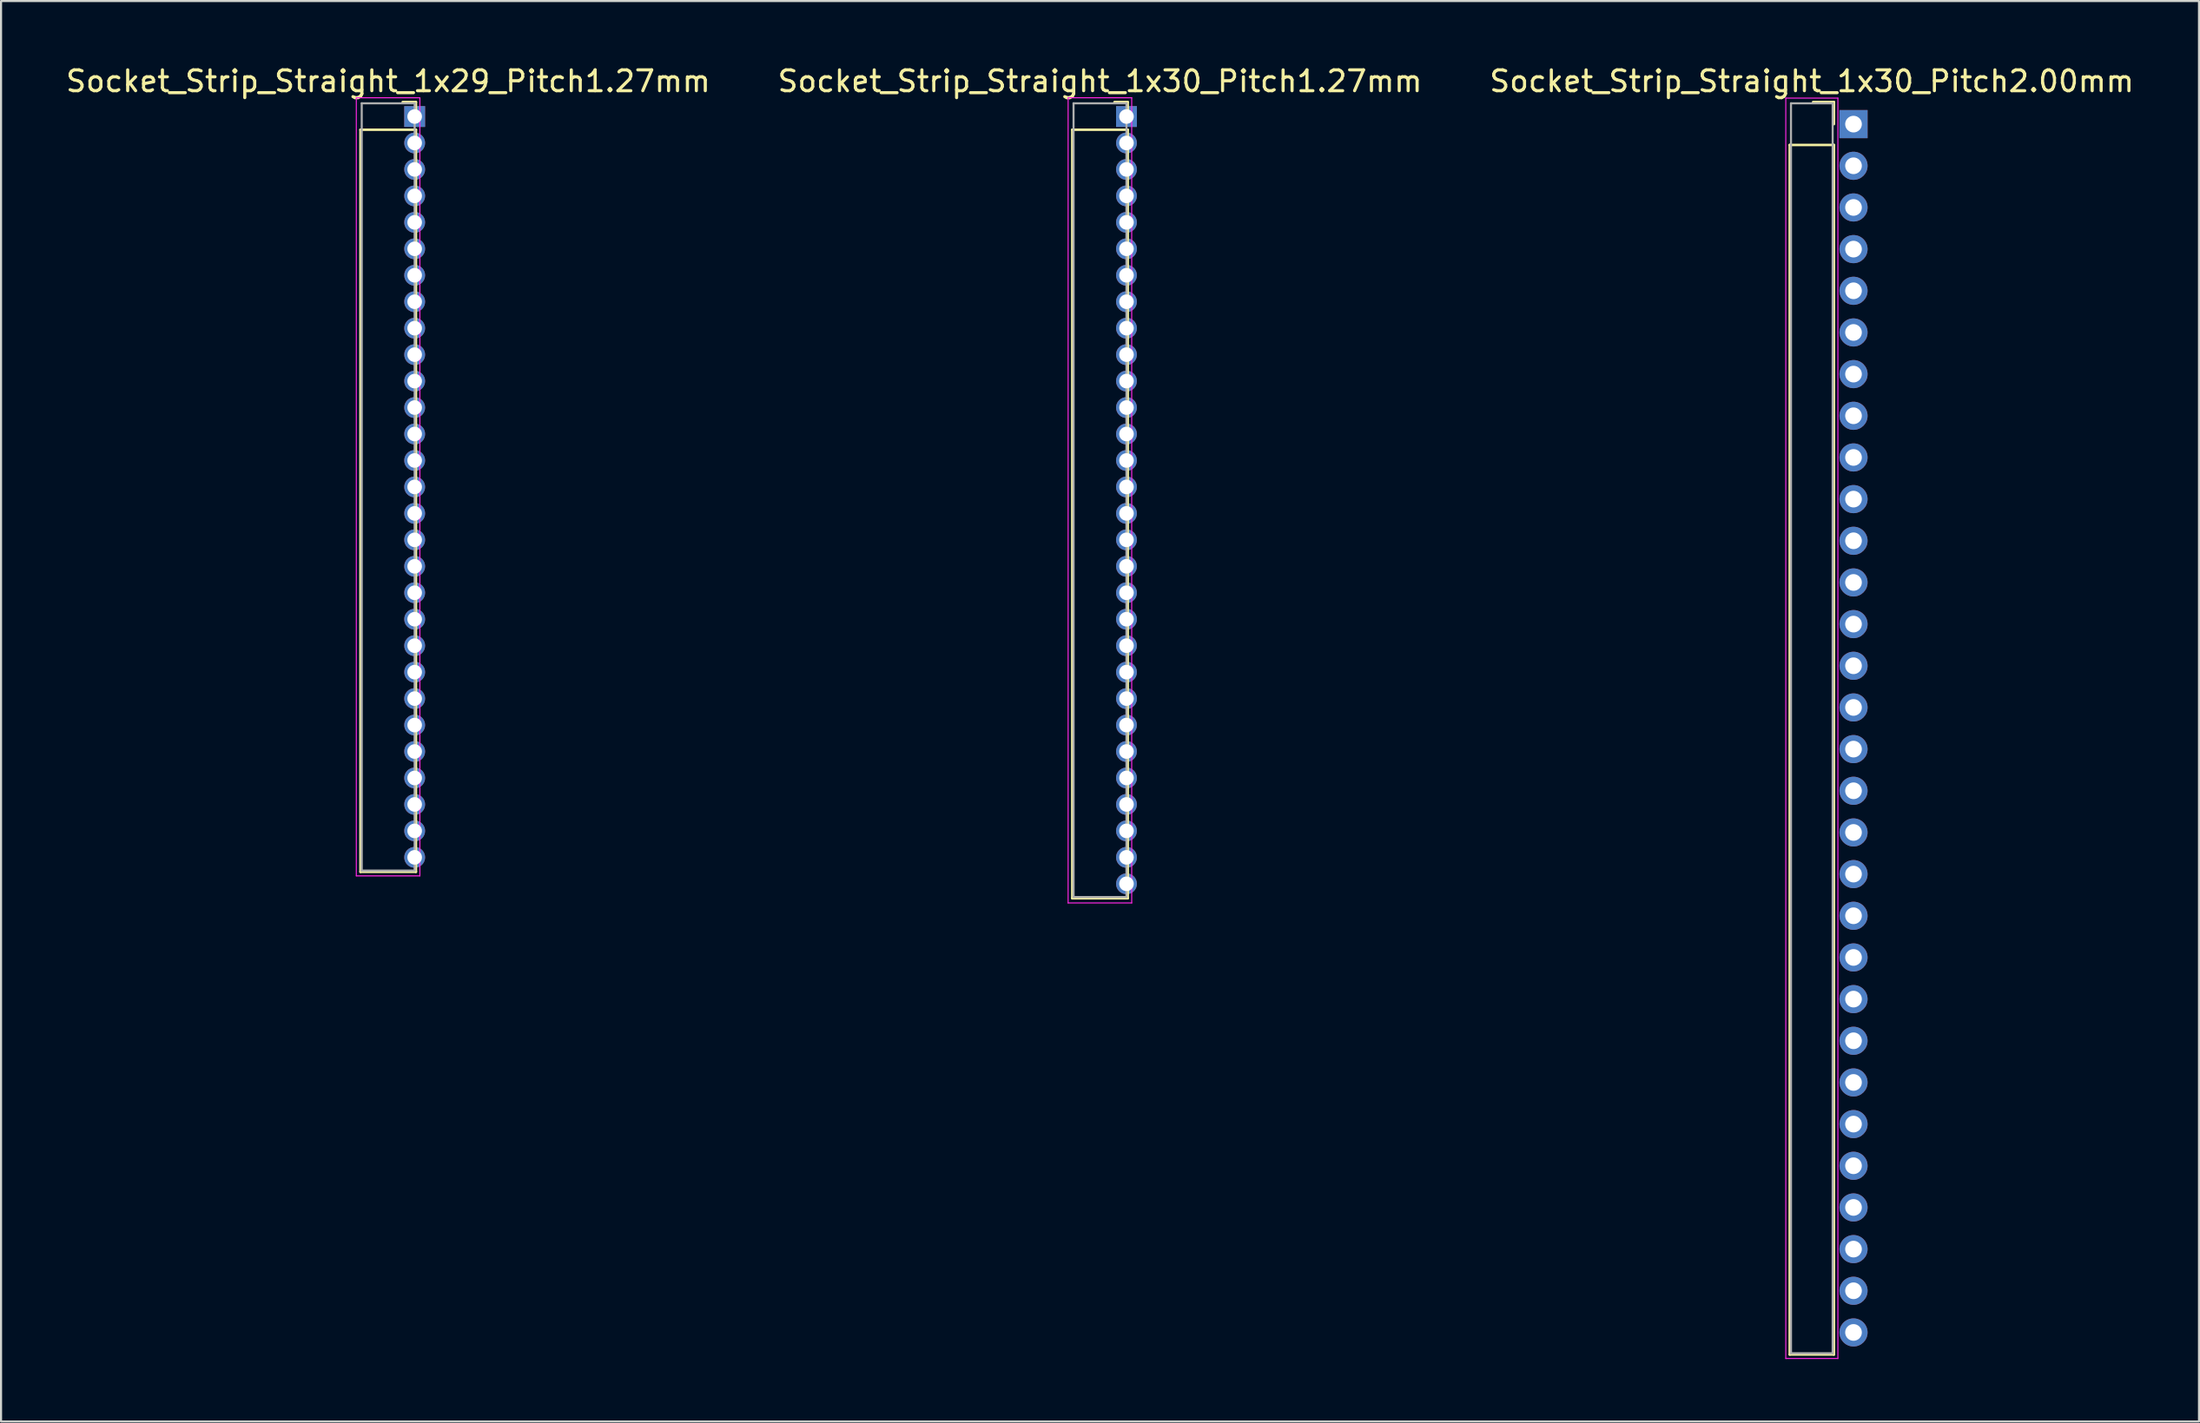
<source format=kicad_pcb>
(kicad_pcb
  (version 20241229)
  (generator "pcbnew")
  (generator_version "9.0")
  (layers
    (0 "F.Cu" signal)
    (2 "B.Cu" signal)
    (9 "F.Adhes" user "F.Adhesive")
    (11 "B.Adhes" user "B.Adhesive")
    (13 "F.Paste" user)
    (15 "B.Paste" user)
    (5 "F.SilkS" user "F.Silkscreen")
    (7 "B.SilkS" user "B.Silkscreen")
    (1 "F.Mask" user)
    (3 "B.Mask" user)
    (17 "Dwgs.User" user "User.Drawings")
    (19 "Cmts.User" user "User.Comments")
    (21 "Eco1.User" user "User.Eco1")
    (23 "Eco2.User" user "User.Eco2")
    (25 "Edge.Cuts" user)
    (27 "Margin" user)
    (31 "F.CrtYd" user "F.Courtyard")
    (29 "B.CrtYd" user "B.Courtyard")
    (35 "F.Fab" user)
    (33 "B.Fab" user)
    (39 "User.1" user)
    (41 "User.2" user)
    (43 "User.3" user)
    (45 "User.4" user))
  (footprint "Socket_Strip_Straight_1x30_Pitch1.27mm"
    (layer "F.Cu")
    (at 51.002 2.543)
    (property "Reference" "Socket_Strip_Straight_1x30_Pitch1.27mm" (at -1.27 -1.695 0) (layer "F.SilkS") (effects (font (size 1 1) (thickness 0.15))))
    (attr through_hole)
    (fp_line (start -2.6 0.635) (end -2.6 37.525) (stroke (width 0.12) (type solid)) (layer "F.SilkS"))
    (fp_line (start -2.6 37.525) (end 0.06 37.525) (stroke (width 0.12) (type solid)) (layer "F.SilkS"))
    (fp_line (start 0.06 -0.695) (end -0.575 -0.695) (stroke (width 0.12) (type solid)) (layer "F.SilkS"))
    (fp_line (start 0.06 0) (end 0.06 -0.695) (stroke (width 0.12) (type solid)) (layer "F.SilkS"))
    (fp_line (start 0.06 0.635) (end -2.6 0.635) (stroke (width 0.12) (type solid)) (layer "F.SilkS"))
    (fp_line (start 0.06 37.525) (end 0.06 0.635) (stroke (width 0.12) (type solid)) (layer "F.SilkS"))
    (fp_line (start -2.8 -0.9) (end -2.8 37.75) (stroke (width 0.05) (type solid)) (layer "F.CrtYd"))
    (fp_line (start -2.8 37.75) (end 0.25 37.75) (stroke (width 0.05) (type solid)) (layer "F.CrtYd"))
    (fp_line (start 0.25 -0.9) (end -2.8 -0.9) (stroke (width 0.05) (type solid)) (layer "F.CrtYd"))
    (fp_line (start 0.25 37.75) (end 0.25 -0.9) (stroke (width 0.05) (type solid)) (layer "F.CrtYd"))
    (fp_line (start -2.54 -0.635) (end -2.54 37.465) (stroke (width 0.1) (type solid)) (layer "F.Fab"))
    (fp_line (start -2.54 37.465) (end 0 37.465) (stroke (width 0.1) (type solid)) (layer "F.Fab"))
    (fp_line (start 0 -0.635) (end -2.54 -0.635) (stroke (width 0.1) (type solid)) (layer "F.Fab"))
    (fp_line (start 0 37.465) (end 0 -0.635) (stroke (width 0.1) (type solid)) (layer "F.Fab"))
    (pad "1" thru_hole rect (at 0 0) (size 1 1) (drill 0.7) (layers "*.Cu" "*.Mask"))
    (pad "2" thru_hole oval (at 0 1.27) (size 1 1) (drill 0.7) (layers "*.Cu" "*.Mask"))
    (pad "3" thru_hole oval (at 0 2.54) (size 1 1) (drill 0.7) (layers "*.Cu" "*.Mask"))
    (pad "4" thru_hole oval (at 0 3.81) (size 1 1) (drill 0.7) (layers "*.Cu" "*.Mask"))
    (pad "5" thru_hole oval (at 0 5.08) (size 1 1) (drill 0.7) (layers "*.Cu" "*.Mask"))
    (pad "6" thru_hole oval (at 0 6.35) (size 1 1) (drill 0.7) (layers "*.Cu" "*.Mask"))
    (pad "7" thru_hole oval (at 0 7.62) (size 1 1) (drill 0.7) (layers "*.Cu" "*.Mask"))
    (pad "8" thru_hole oval (at 0 8.89) (size 1 1) (drill 0.7) (layers "*.Cu" "*.Mask"))
    (pad "9" thru_hole oval (at 0 10.16) (size 1 1) (drill 0.7) (layers "*.Cu" "*.Mask"))
    (pad "10" thru_hole oval (at 0 11.43) (size 1 1) (drill 0.7) (layers "*.Cu" "*.Mask"))
    (pad "11" thru_hole oval (at 0 12.7) (size 1 1) (drill 0.7) (layers "*.Cu" "*.Mask"))
    (pad "12" thru_hole oval (at 0 13.97) (size 1 1) (drill 0.7) (layers "*.Cu" "*.Mask"))
    (pad "13" thru_hole oval (at 0 15.24) (size 1 1) (drill 0.7) (layers "*.Cu" "*.Mask"))
    (pad "14" thru_hole oval (at 0 16.51) (size 1 1) (drill 0.7) (layers "*.Cu" "*.Mask"))
    (pad "15" thru_hole oval (at 0 17.78) (size 1 1) (drill 0.7) (layers "*.Cu" "*.Mask"))
    (pad "16" thru_hole oval (at 0 19.05) (size 1 1) (drill 0.7) (layers "*.Cu" "*.Mask"))
    (pad "17" thru_hole oval (at 0 20.32) (size 1 1) (drill 0.7) (layers "*.Cu" "*.Mask"))
    (pad "18" thru_hole oval (at 0 21.59) (size 1 1) (drill 0.7) (layers "*.Cu" "*.Mask"))
    (pad "19" thru_hole oval (at 0 22.86) (size 1 1) (drill 0.7) (layers "*.Cu" "*.Mask"))
    (pad "20" thru_hole oval (at 0 24.13) (size 1 1) (drill 0.7) (layers "*.Cu" "*.Mask"))
    (pad "21" thru_hole oval (at 0 25.4) (size 1 1) (drill 0.7) (layers "*.Cu" "*.Mask"))
    (pad "22" thru_hole oval (at 0 26.67) (size 1 1) (drill 0.7) (layers "*.Cu" "*.Mask"))
    (pad "23" thru_hole oval (at 0 27.94) (size 1 1) (drill 0.7) (layers "*.Cu" "*.Mask"))
    (pad "24" thru_hole oval (at 0 29.21) (size 1 1) (drill 0.7) (layers "*.Cu" "*.Mask"))
    (pad "25" thru_hole oval (at 0 30.48) (size 1 1) (drill 0.7) (layers "*.Cu" "*.Mask"))
    (pad "26" thru_hole oval (at 0 31.75) (size 1 1) (drill 0.7) (layers "*.Cu" "*.Mask"))
    (pad "27" thru_hole oval (at 0 33.02) (size 1 1) (drill 0.7) (layers "*.Cu" "*.Mask"))
    (pad "28" thru_hole oval (at 0 34.29) (size 1 1) (drill 0.7) (layers "*.Cu" "*.Mask"))
    (pad "29" thru_hole oval (at 0 35.56) (size 1 1) (drill 0.7) (layers "*.Cu" "*.Mask"))
    (pad "30" thru_hole oval (at 0 36.83) (size 1 1) (drill 0.7) (layers "*.Cu" "*.Mask")))
  (footprint "Socket_Strip_Straight_1x30_Pitch2.00mm"
    (layer "F.Cu")
    (at 85.887 2.908)
    (property "Reference" "Socket_Strip_Straight_1x30_Pitch2.00mm" (at -2 -2.06 0) (layer "F.SilkS") (effects (font (size 1 1) (thickness 0.15))))
    (attr through_hole)
    (fp_line (start -3.06 1) (end -3.06 59.06) (stroke (width 0.12) (type solid)) (layer "F.SilkS"))
    (fp_line (start -3.06 59.06) (end -0.94 59.06) (stroke (width 0.12) (type solid)) (layer "F.SilkS"))
    (fp_line (start -0.94 -1.06) (end -1.94 -1.06) (stroke (width 0.12) (type solid)) (layer "F.SilkS"))
    (fp_line (start -0.94 0) (end -0.94 -1.06) (stroke (width 0.12) (type solid)) (layer "F.SilkS"))
    (fp_line (start -0.94 1) (end -3.06 1) (stroke (width 0.12) (type solid)) (layer "F.SilkS"))
    (fp_line (start -0.94 59.06) (end -0.94 1) (stroke (width 0.12) (type solid)) (layer "F.SilkS"))
    (fp_line (start -3.25 -1.25) (end -3.25 59.25) (stroke (width 0.05) (type solid)) (layer "F.CrtYd"))
    (fp_line (start -3.25 59.25) (end -0.75 59.25) (stroke (width 0.05) (type solid)) (layer "F.CrtYd"))
    (fp_line (start -0.75 -1.25) (end -3.25 -1.25) (stroke (width 0.05) (type solid)) (layer "F.CrtYd"))
    (fp_line (start -0.75 59.25) (end -0.75 -1.25) (stroke (width 0.05) (type solid)) (layer "F.CrtYd"))
    (fp_line (start -3 -1) (end -3 59) (stroke (width 0.1) (type solid)) (layer "F.Fab"))
    (fp_line (start -3 59) (end -1 59) (stroke (width 0.1) (type solid)) (layer "F.Fab"))
    (fp_line (start -1 -1) (end -3 -1) (stroke (width 0.1) (type solid)) (layer "F.Fab"))
    (fp_line (start -1 59) (end -1 -1) (stroke (width 0.1) (type solid)) (layer "F.Fab"))
    (pad "1" thru_hole rect (at 0 0) (size 1.35 1.35) (drill 0.8) (layers "*.Cu" "*.Mask"))
    (pad "2" thru_hole oval (at 0 2) (size 1.35 1.35) (drill 0.8) (layers "*.Cu" "*.Mask"))
    (pad "3" thru_hole oval (at 0 4) (size 1.35 1.35) (drill 0.8) (layers "*.Cu" "*.Mask"))
    (pad "4" thru_hole oval (at 0 6) (size 1.35 1.35) (drill 0.8) (layers "*.Cu" "*.Mask"))
    (pad "5" thru_hole oval (at 0 8) (size 1.35 1.35) (drill 0.8) (layers "*.Cu" "*.Mask"))
    (pad "6" thru_hole oval (at 0 10) (size 1.35 1.35) (drill 0.8) (layers "*.Cu" "*.Mask"))
    (pad "7" thru_hole oval (at 0 12) (size 1.35 1.35) (drill 0.8) (layers "*.Cu" "*.Mask"))
    (pad "8" thru_hole oval (at 0 14) (size 1.35 1.35) (drill 0.8) (layers "*.Cu" "*.Mask"))
    (pad "9" thru_hole oval (at 0 16) (size 1.35 1.35) (drill 0.8) (layers "*.Cu" "*.Mask"))
    (pad "10" thru_hole oval (at 0 18) (size 1.35 1.35) (drill 0.8) (layers "*.Cu" "*.Mask"))
    (pad "11" thru_hole oval (at 0 20) (size 1.35 1.35) (drill 0.8) (layers "*.Cu" "*.Mask"))
    (pad "12" thru_hole oval (at 0 22) (size 1.35 1.35) (drill 0.8) (layers "*.Cu" "*.Mask"))
    (pad "13" thru_hole oval (at 0 24) (size 1.35 1.35) (drill 0.8) (layers "*.Cu" "*.Mask"))
    (pad "14" thru_hole oval (at 0 26) (size 1.35 1.35) (drill 0.8) (layers "*.Cu" "*.Mask"))
    (pad "15" thru_hole oval (at 0 28) (size 1.35 1.35) (drill 0.8) (layers "*.Cu" "*.Mask"))
    (pad "16" thru_hole oval (at 0 30) (size 1.35 1.35) (drill 0.8) (layers "*.Cu" "*.Mask"))
    (pad "17" thru_hole oval (at 0 32) (size 1.35 1.35) (drill 0.8) (layers "*.Cu" "*.Mask"))
    (pad "18" thru_hole oval (at 0 34) (size 1.35 1.35) (drill 0.8) (layers "*.Cu" "*.Mask"))
    (pad "19" thru_hole oval (at 0 36) (size 1.35 1.35) (drill 0.8) (layers "*.Cu" "*.Mask"))
    (pad "20" thru_hole oval (at 0 38) (size 1.35 1.35) (drill 0.8) (layers "*.Cu" "*.Mask"))
    (pad "21" thru_hole oval (at 0 40) (size 1.35 1.35) (drill 0.8) (layers "*.Cu" "*.Mask"))
    (pad "22" thru_hole oval (at 0 42) (size 1.35 1.35) (drill 0.8) (layers "*.Cu" "*.Mask"))
    (pad "23" thru_hole oval (at 0 44) (size 1.35 1.35) (drill 0.8) (layers "*.Cu" "*.Mask"))
    (pad "24" thru_hole oval (at 0 46) (size 1.35 1.35) (drill 0.8) (layers "*.Cu" "*.Mask"))
    (pad "25" thru_hole oval (at 0 48) (size 1.35 1.35) (drill 0.8) (layers "*.Cu" "*.Mask"))
    (pad "26" thru_hole oval (at 0 50) (size 1.35 1.35) (drill 0.8) (layers "*.Cu" "*.Mask"))
    (pad "27" thru_hole oval (at 0 52) (size 1.35 1.35) (drill 0.8) (layers "*.Cu" "*.Mask"))
    (pad "28" thru_hole oval (at 0 54) (size 1.35 1.35) (drill 0.8) (layers "*.Cu" "*.Mask"))
    (pad "29" thru_hole oval (at 0 56) (size 1.35 1.35) (drill 0.8) (layers "*.Cu" "*.Mask"))
    (pad "30" thru_hole oval (at 0 58) (size 1.35 1.35) (drill 0.8) (layers "*.Cu" "*.Mask")))
  (footprint "Socket_Strip_Straight_1x29_Pitch1.27mm"
    (layer "F.Cu")
    (at 16.847 2.543)
    (property "Reference" "Socket_Strip_Straight_1x29_Pitch1.27mm" (at -1.27 -1.695 0) (layer "F.SilkS") (effects (font (size 1 1) (thickness 0.15))))
    (attr through_hole)
    (fp_line (start -2.6 0.635) (end -2.6 36.255) (stroke (width 0.12) (type solid)) (layer "F.SilkS"))
    (fp_line (start -2.6 36.255) (end 0.06 36.255) (stroke (width 0.12) (type solid)) (layer "F.SilkS"))
    (fp_line (start 0.06 -0.695) (end -0.575 -0.695) (stroke (width 0.12) (type solid)) (layer "F.SilkS"))
    (fp_line (start 0.06 0) (end 0.06 -0.695) (stroke (width 0.12) (type solid)) (layer "F.SilkS"))
    (fp_line (start 0.06 0.635) (end -2.6 0.635) (stroke (width 0.12) (type solid)) (layer "F.SilkS"))
    (fp_line (start 0.06 36.255) (end 0.06 0.635) (stroke (width 0.12) (type solid)) (layer "F.SilkS"))
    (fp_line (start -2.8 -0.9) (end -2.8 36.45) (stroke (width 0.05) (type solid)) (layer "F.CrtYd"))
    (fp_line (start -2.8 36.45) (end 0.25 36.45) (stroke (width 0.05) (type solid)) (layer "F.CrtYd"))
    (fp_line (start 0.25 -0.9) (end -2.8 -0.9) (stroke (width 0.05) (type solid)) (layer "F.CrtYd"))
    (fp_line (start 0.25 36.45) (end 0.25 -0.9) (stroke (width 0.05) (type solid)) (layer "F.CrtYd"))
    (fp_line (start -2.54 -0.635) (end -2.54 36.195) (stroke (width 0.1) (type solid)) (layer "F.Fab"))
    (fp_line (start -2.54 36.195) (end 0 36.195) (stroke (width 0.1) (type solid)) (layer "F.Fab"))
    (fp_line (start 0 -0.635) (end -2.54 -0.635) (stroke (width 0.1) (type solid)) (layer "F.Fab"))
    (fp_line (start 0 36.195) (end 0 -0.635) (stroke (width 0.1) (type solid)) (layer "F.Fab"))
    (pad "1" thru_hole rect (at 0 0) (size 1 1) (drill 0.7) (layers "*.Cu" "*.Mask"))
    (pad "2" thru_hole oval (at 0 1.27) (size 1 1) (drill 0.7) (layers "*.Cu" "*.Mask"))
    (pad "3" thru_hole oval (at 0 2.54) (size 1 1) (drill 0.7) (layers "*.Cu" "*.Mask"))
    (pad "4" thru_hole oval (at 0 3.81) (size 1 1) (drill 0.7) (layers "*.Cu" "*.Mask"))
    (pad "5" thru_hole oval (at 0 5.08) (size 1 1) (drill 0.7) (layers "*.Cu" "*.Mask"))
    (pad "6" thru_hole oval (at 0 6.35) (size 1 1) (drill 0.7) (layers "*.Cu" "*.Mask"))
    (pad "7" thru_hole oval (at 0 7.62) (size 1 1) (drill 0.7) (layers "*.Cu" "*.Mask"))
    (pad "8" thru_hole oval (at 0 8.89) (size 1 1) (drill 0.7) (layers "*.Cu" "*.Mask"))
    (pad "9" thru_hole oval (at 0 10.16) (size 1 1) (drill 0.7) (layers "*.Cu" "*.Mask"))
    (pad "10" thru_hole oval (at 0 11.43) (size 1 1) (drill 0.7) (layers "*.Cu" "*.Mask"))
    (pad "11" thru_hole oval (at 0 12.7) (size 1 1) (drill 0.7) (layers "*.Cu" "*.Mask"))
    (pad "12" thru_hole oval (at 0 13.97) (size 1 1) (drill 0.7) (layers "*.Cu" "*.Mask"))
    (pad "13" thru_hole oval (at 0 15.24) (size 1 1) (drill 0.7) (layers "*.Cu" "*.Mask"))
    (pad "14" thru_hole oval (at 0 16.51) (size 1 1) (drill 0.7) (layers "*.Cu" "*.Mask"))
    (pad "15" thru_hole oval (at 0 17.78) (size 1 1) (drill 0.7) (layers "*.Cu" "*.Mask"))
    (pad "16" thru_hole oval (at 0 19.05) (size 1 1) (drill 0.7) (layers "*.Cu" "*.Mask"))
    (pad "17" thru_hole oval (at 0 20.32) (size 1 1) (drill 0.7) (layers "*.Cu" "*.Mask"))
    (pad "18" thru_hole oval (at 0 21.59) (size 1 1) (drill 0.7) (layers "*.Cu" "*.Mask"))
    (pad "19" thru_hole oval (at 0 22.86) (size 1 1) (drill 0.7) (layers "*.Cu" "*.Mask"))
    (pad "20" thru_hole oval (at 0 24.13) (size 1 1) (drill 0.7) (layers "*.Cu" "*.Mask"))
    (pad "21" thru_hole oval (at 0 25.4) (size 1 1) (drill 0.7) (layers "*.Cu" "*.Mask"))
    (pad "22" thru_hole oval (at 0 26.67) (size 1 1) (drill 0.7) (layers "*.Cu" "*.Mask"))
    (pad "23" thru_hole oval (at 0 27.94) (size 1 1) (drill 0.7) (layers "*.Cu" "*.Mask"))
    (pad "24" thru_hole oval (at 0 29.21) (size 1 1) (drill 0.7) (layers "*.Cu" "*.Mask"))
    (pad "25" thru_hole oval (at 0 30.48) (size 1 1) (drill 0.7) (layers "*.Cu" "*.Mask"))
    (pad "26" thru_hole oval (at 0 31.75) (size 1 1) (drill 0.7) (layers "*.Cu" "*.Mask"))
    (pad "27" thru_hole oval (at 0 33.02) (size 1 1) (drill 0.7) (layers "*.Cu" "*.Mask"))
    (pad "28" thru_hole oval (at 0 34.29) (size 1 1) (drill 0.7) (layers "*.Cu" "*.Mask"))
    (pad "29" thru_hole oval (at 0 35.56) (size 1 1) (drill 0.7) (layers "*.Cu" "*.Mask")))
  (gr_rect
    (start -3 -3)
    (end 102.464 65.183)
    (stroke (width 0.1) (type default))
    (fill no)
    (layer "Edge.Cuts")))
</source>
